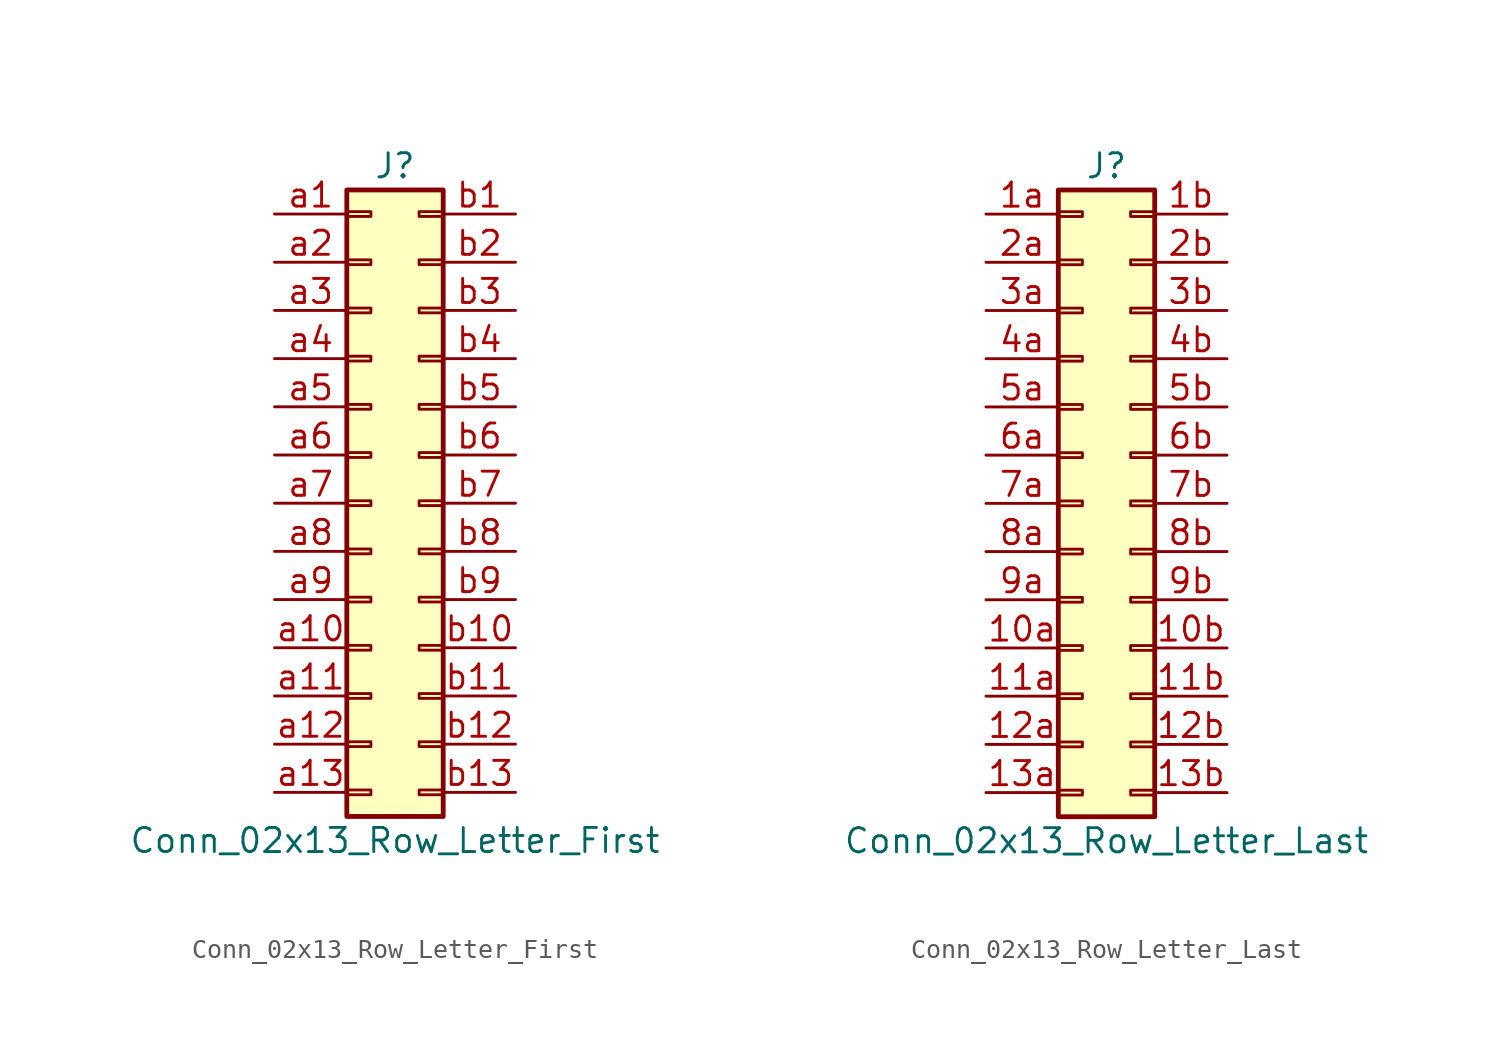
<source format=kicad_sym>
(kicad_symbol_lib
  (version 20220914)
  (generator kicad_symbol_editor)
  (symbol "Conn_02x13_Row_Letter_First"
    (pin_names
      (offset 1.016) hide)
    (property "Reference" "J"
      (at 1.27 17.78 0)
      (effects (font (size 1.27 1.27))))
    (property "Value" "Conn_02x13_Row_Letter_First"
      (at 1.27 -17.78 0)
      (effects (font (size 1.27 1.27))))
    (symbol "Conn_02x13_Row_Letter_First_1_1"
      (rectangle (start -1.27 -15.113) (end 0 -15.367) (stroke (width 0.152) (type solid)) (fill (type none)))
      (rectangle (start -1.27 -12.573) (end 0 -12.827) (stroke (width 0.152) (type solid)) (fill (type none)))
      (rectangle (start -1.27 -10.033) (end 0 -10.287) (stroke (width 0.152) (type solid)) (fill (type none)))
      (rectangle (start -1.27 -7.493) (end 0 -7.747) (stroke (width 0.152) (type solid)) (fill (type none)))
      (rectangle (start -1.27 -4.953) (end 0 -5.207) (stroke (width 0.152) (type solid)) (fill (type none)))
      (rectangle (start -1.27 -2.413) (end 0 -2.667) (stroke (width 0.152) (type solid)) (fill (type none)))
      (rectangle (start -1.27 0.127) (end 0 -0.127) (stroke (width 0.152) (type solid)) (fill (type none)))
      (rectangle (start -1.27 2.667) (end 0 2.413) (stroke (width 0.152) (type solid)) (fill (type none)))
      (rectangle (start -1.27 5.207) (end 0 4.953) (stroke (width 0.152) (type solid)) (fill (type none)))
      (rectangle (start -1.27 7.747) (end 0 7.493) (stroke (width 0.152) (type solid)) (fill (type none)))
      (rectangle (start -1.27 10.287) (end 0 10.033) (stroke (width 0.152) (type solid)) (fill (type none)))
      (rectangle (start -1.27 12.827) (end 0 12.573) (stroke (width 0.152) (type solid)) (fill (type none)))
      (rectangle (start -1.27 15.367) (end 0 15.113) (stroke (width 0.152) (type solid)) (fill (type none)))
      (rectangle (start -1.27 16.51) (end 3.81 -16.51) (stroke (width 0.254) (type solid)) (fill (type background)))
      (rectangle (start 3.81 -15.113) (end 2.54 -15.367) (stroke (width 0.152) (type solid)) (fill (type none)))
      (rectangle (start 3.81 -12.573) (end 2.54 -12.827) (stroke (width 0.152) (type solid)) (fill (type none)))
      (rectangle (start 3.81 -10.033) (end 2.54 -10.287) (stroke (width 0.152) (type solid)) (fill (type none)))
      (rectangle (start 3.81 -7.493) (end 2.54 -7.747) (stroke (width 0.152) (type solid)) (fill (type none)))
      (rectangle (start 3.81 -4.953) (end 2.54 -5.207) (stroke (width 0.152) (type solid)) (fill (type none)))
      (rectangle (start 3.81 -2.413) (end 2.54 -2.667) (stroke (width 0.152) (type solid)) (fill (type none)))
      (rectangle (start 3.81 0.127) (end 2.54 -0.127) (stroke (width 0.152) (type solid)) (fill (type none)))
      (rectangle (start 3.81 2.667) (end 2.54 2.413) (stroke (width 0.152) (type solid)) (fill (type none)))
      (rectangle (start 3.81 5.207) (end 2.54 4.953) (stroke (width 0.152) (type solid)) (fill (type none)))
      (rectangle (start 3.81 7.747) (end 2.54 7.493) (stroke (width 0.152) (type solid)) (fill (type none)))
      (rectangle (start 3.81 10.287) (end 2.54 10.033) (stroke (width 0.152) (type solid)) (fill (type none)))
      (rectangle (start 3.81 12.827) (end 2.54 12.573) (stroke (width 0.152) (type solid)) (fill (type none)))
      (rectangle (start 3.81 15.367) (end 2.54 15.113) (stroke (width 0.152) (type solid)) (fill (type none)))
      (pin passive line (at -5.08 15.24 0) (length 3.81) (name "Pin_a1" (effects (font (size 1.27 1.27)))) (number "a1" (effects (font (size 1.27 1.27)))))
      (pin passive line (at -5.08 -7.62 0) (length 3.81) (name "Pin_a10" (effects (font (size 1.27 1.27)))) (number "a10" (effects (font (size 1.27 1.27)))))
      (pin passive line (at -5.08 -10.16 0) (length 3.81) (name "Pin_a11" (effects (font (size 1.27 1.27)))) (number "a11" (effects (font (size 1.27 1.27)))))
      (pin passive line (at -5.08 -12.7 0) (length 3.81) (name "Pin_a12" (effects (font (size 1.27 1.27)))) (number "a12" (effects (font (size 1.27 1.27)))))
      (pin passive line (at -5.08 -15.24 0) (length 3.81) (name "Pin_a13" (effects (font (size 1.27 1.27)))) (number "a13" (effects (font (size 1.27 1.27)))))
      (pin passive line (at -5.08 12.7 0) (length 3.81) (name "Pin_a2" (effects (font (size 1.27 1.27)))) (number "a2" (effects (font (size 1.27 1.27)))))
      (pin passive line (at -5.08 10.16 0) (length 3.81) (name "Pin_a3" (effects (font (size 1.27 1.27)))) (number "a3" (effects (font (size 1.27 1.27)))))
      (pin passive line (at -5.08 7.62 0) (length 3.81) (name "Pin_a4" (effects (font (size 1.27 1.27)))) (number "a4" (effects (font (size 1.27 1.27)))))
      (pin passive line (at -5.08 5.08 0) (length 3.81) (name "Pin_a5" (effects (font (size 1.27 1.27)))) (number "a5" (effects (font (size 1.27 1.27)))))
      (pin passive line (at -5.08 2.54 0) (length 3.81) (name "Pin_a6" (effects (font (size 1.27 1.27)))) (number "a6" (effects (font (size 1.27 1.27)))))
      (pin passive line (at -5.08 0 0) (length 3.81) (name "Pin_a7" (effects (font (size 1.27 1.27)))) (number "a7" (effects (font (size 1.27 1.27)))))
      (pin passive line (at -5.08 -2.54 0) (length 3.81) (name "Pin_a8" (effects (font (size 1.27 1.27)))) (number "a8" (effects (font (size 1.27 1.27)))))
      (pin passive line (at -5.08 -5.08 0) (length 3.81) (name "Pin_a9" (effects (font (size 1.27 1.27)))) (number "a9" (effects (font (size 1.27 1.27)))))
      (pin passive line (at 7.62 15.24 180) (length 3.81) (name "Pin_b1" (effects (font (size 1.27 1.27)))) (number "b1" (effects (font (size 1.27 1.27)))))
      (pin passive line (at 7.62 -7.62 180) (length 3.81) (name "Pin_b10" (effects (font (size 1.27 1.27)))) (number "b10" (effects (font (size 1.27 1.27)))))
      (pin passive line (at 7.62 -10.16 180) (length 3.81) (name "Pin_b11" (effects (font (size 1.27 1.27)))) (number "b11" (effects (font (size 1.27 1.27)))))
      (pin passive line (at 7.62 -12.7 180) (length 3.81) (name "Pin_b12" (effects (font (size 1.27 1.27)))) (number "b12" (effects (font (size 1.27 1.27)))))
      (pin passive line (at 7.62 -15.24 180) (length 3.81) (name "Pin_b13" (effects (font (size 1.27 1.27)))) (number "b13" (effects (font (size 1.27 1.27)))))
      (pin passive line (at 7.62 12.7 180) (length 3.81) (name "Pin_b2" (effects (font (size 1.27 1.27)))) (number "b2" (effects (font (size 1.27 1.27)))))
      (pin passive line (at 7.62 10.16 180) (length 3.81) (name "Pin_b3" (effects (font (size 1.27 1.27)))) (number "b3" (effects (font (size 1.27 1.27)))))
      (pin passive line (at 7.62 7.62 180) (length 3.81) (name "Pin_b4" (effects (font (size 1.27 1.27)))) (number "b4" (effects (font (size 1.27 1.27)))))
      (pin passive line (at 7.62 5.08 180) (length 3.81) (name "Pin_b5" (effects (font (size 1.27 1.27)))) (number "b5" (effects (font (size 1.27 1.27)))))
      (pin passive line (at 7.62 2.54 180) (length 3.81) (name "Pin_b6" (effects (font (size 1.27 1.27)))) (number "b6" (effects (font (size 1.27 1.27)))))
      (pin passive line (at 7.62 0 180) (length 3.81) (name "Pin_b7" (effects (font (size 1.27 1.27)))) (number "b7" (effects (font (size 1.27 1.27)))))
      (pin passive line (at 7.62 -2.54 180) (length 3.81) (name "Pin_b8" (effects (font (size 1.27 1.27)))) (number "b8" (effects (font (size 1.27 1.27)))))
      (pin passive line (at 7.62 -5.08 180) (length 3.81) (name "Pin_b9" (effects (font (size 1.27 1.27)))) (number "b9" (effects (font (size 1.27 1.27)))))))
  (symbol "Conn_02x13_Row_Letter_Last"
    (pin_names
      (offset 1.016) hide)
    (property "Reference" "J"
      (at 1.27 17.78 0)
      (effects (font (size 1.27 1.27))))
    (property "Value" "Conn_02x13_Row_Letter_Last"
      (at 1.27 -17.78 0)
      (effects (font (size 1.27 1.27))))
    (symbol "Conn_02x13_Row_Letter_Last_1_1"
      (rectangle (start -1.27 -15.113) (end 0 -15.367) (stroke (width 0.152) (type solid)) (fill (type none)))
      (rectangle (start -1.27 -12.573) (end 0 -12.827) (stroke (width 0.152) (type solid)) (fill (type none)))
      (rectangle (start -1.27 -10.033) (end 0 -10.287) (stroke (width 0.152) (type solid)) (fill (type none)))
      (rectangle (start -1.27 -7.493) (end 0 -7.747) (stroke (width 0.152) (type solid)) (fill (type none)))
      (rectangle (start -1.27 -4.953) (end 0 -5.207) (stroke (width 0.152) (type solid)) (fill (type none)))
      (rectangle (start -1.27 -2.413) (end 0 -2.667) (stroke (width 0.152) (type solid)) (fill (type none)))
      (rectangle (start -1.27 0.127) (end 0 -0.127) (stroke (width 0.152) (type solid)) (fill (type none)))
      (rectangle (start -1.27 2.667) (end 0 2.413) (stroke (width 0.152) (type solid)) (fill (type none)))
      (rectangle (start -1.27 5.207) (end 0 4.953) (stroke (width 0.152) (type solid)) (fill (type none)))
      (rectangle (start -1.27 7.747) (end 0 7.493) (stroke (width 0.152) (type solid)) (fill (type none)))
      (rectangle (start -1.27 10.287) (end 0 10.033) (stroke (width 0.152) (type solid)) (fill (type none)))
      (rectangle (start -1.27 12.827) (end 0 12.573) (stroke (width 0.152) (type solid)) (fill (type none)))
      (rectangle (start -1.27 15.367) (end 0 15.113) (stroke (width 0.152) (type solid)) (fill (type none)))
      (rectangle (start -1.27 16.51) (end 3.81 -16.51) (stroke (width 0.254) (type solid)) (fill (type background)))
      (rectangle (start 3.81 -15.113) (end 2.54 -15.367) (stroke (width 0.152) (type solid)) (fill (type none)))
      (rectangle (start 3.81 -12.573) (end 2.54 -12.827) (stroke (width 0.152) (type solid)) (fill (type none)))
      (rectangle (start 3.81 -10.033) (end 2.54 -10.287) (stroke (width 0.152) (type solid)) (fill (type none)))
      (rectangle (start 3.81 -7.493) (end 2.54 -7.747) (stroke (width 0.152) (type solid)) (fill (type none)))
      (rectangle (start 3.81 -4.953) (end 2.54 -5.207) (stroke (width 0.152) (type solid)) (fill (type none)))
      (rectangle (start 3.81 -2.413) (end 2.54 -2.667) (stroke (width 0.152) (type solid)) (fill (type none)))
      (rectangle (start 3.81 0.127) (end 2.54 -0.127) (stroke (width 0.152) (type solid)) (fill (type none)))
      (rectangle (start 3.81 2.667) (end 2.54 2.413) (stroke (width 0.152) (type solid)) (fill (type none)))
      (rectangle (start 3.81 5.207) (end 2.54 4.953) (stroke (width 0.152) (type solid)) (fill (type none)))
      (rectangle (start 3.81 7.747) (end 2.54 7.493) (stroke (width 0.152) (type solid)) (fill (type none)))
      (rectangle (start 3.81 10.287) (end 2.54 10.033) (stroke (width 0.152) (type solid)) (fill (type none)))
      (rectangle (start 3.81 12.827) (end 2.54 12.573) (stroke (width 0.152) (type solid)) (fill (type none)))
      (rectangle (start 3.81 15.367) (end 2.54 15.113) (stroke (width 0.152) (type solid)) (fill (type none)))
      (pin passive line (at -5.08 -7.62 0) (length 3.81) (name "Pin_10a" (effects (font (size 1.27 1.27)))) (number "10a" (effects (font (size 1.27 1.27)))))
      (pin passive line (at 7.62 -7.62 180) (length 3.81) (name "Pin_10b" (effects (font (size 1.27 1.27)))) (number "10b" (effects (font (size 1.27 1.27)))))
      (pin passive line (at -5.08 -10.16 0) (length 3.81) (name "Pin_11a" (effects (font (size 1.27 1.27)))) (number "11a" (effects (font (size 1.27 1.27)))))
      (pin passive line (at 7.62 -10.16 180) (length 3.81) (name "Pin_11b" (effects (font (size 1.27 1.27)))) (number "11b" (effects (font (size 1.27 1.27)))))
      (pin passive line (at -5.08 -12.7 0) (length 3.81) (name "Pin_12a" (effects (font (size 1.27 1.27)))) (number "12a" (effects (font (size 1.27 1.27)))))
      (pin passive line (at 7.62 -12.7 180) (length 3.81) (name "Pin_12b" (effects (font (size 1.27 1.27)))) (number "12b" (effects (font (size 1.27 1.27)))))
      (pin passive line (at -5.08 -15.24 0) (length 3.81) (name "Pin_13a" (effects (font (size 1.27 1.27)))) (number "13a" (effects (font (size 1.27 1.27)))))
      (pin passive line (at 7.62 -15.24 180) (length 3.81) (name "Pin_13b" (effects (font (size 1.27 1.27)))) (number "13b" (effects (font (size 1.27 1.27)))))
      (pin passive line (at -5.08 15.24 0) (length 3.81) (name "Pin_1a" (effects (font (size 1.27 1.27)))) (number "1a" (effects (font (size 1.27 1.27)))))
      (pin passive line (at 7.62 15.24 180) (length 3.81) (name "Pin_1b" (effects (font (size 1.27 1.27)))) (number "1b" (effects (font (size 1.27 1.27)))))
      (pin passive line (at -5.08 12.7 0) (length 3.81) (name "Pin_2a" (effects (font (size 1.27 1.27)))) (number "2a" (effects (font (size 1.27 1.27)))))
      (pin passive line (at 7.62 12.7 180) (length 3.81) (name "Pin_2b" (effects (font (size 1.27 1.27)))) (number "2b" (effects (font (size 1.27 1.27)))))
      (pin passive line (at -5.08 10.16 0) (length 3.81) (name "Pin_3a" (effects (font (size 1.27 1.27)))) (number "3a" (effects (font (size 1.27 1.27)))))
      (pin passive line (at 7.62 10.16 180) (length 3.81) (name "Pin_3b" (effects (font (size 1.27 1.27)))) (number "3b" (effects (font (size 1.27 1.27)))))
      (pin passive line (at -5.08 7.62 0) (length 3.81) (name "Pin_4a" (effects (font (size 1.27 1.27)))) (number "4a" (effects (font (size 1.27 1.27)))))
      (pin passive line (at 7.62 7.62 180) (length 3.81) (name "Pin_4b" (effects (font (size 1.27 1.27)))) (number "4b" (effects (font (size 1.27 1.27)))))
      (pin passive line (at -5.08 5.08 0) (length 3.81) (name "Pin_5a" (effects (font (size 1.27 1.27)))) (number "5a" (effects (font (size 1.27 1.27)))))
      (pin passive line (at 7.62 5.08 180) (length 3.81) (name "Pin_5b" (effects (font (size 1.27 1.27)))) (number "5b" (effects (font (size 1.27 1.27)))))
      (pin passive line (at -5.08 2.54 0) (length 3.81) (name "Pin_6a" (effects (font (size 1.27 1.27)))) (number "6a" (effects (font (size 1.27 1.27)))))
      (pin passive line (at 7.62 2.54 180) (length 3.81) (name "Pin_6b" (effects (font (size 1.27 1.27)))) (number "6b" (effects (font (size 1.27 1.27)))))
      (pin passive line (at -5.08 0 0) (length 3.81) (name "Pin_7a" (effects (font (size 1.27 1.27)))) (number "7a" (effects (font (size 1.27 1.27)))))
      (pin passive line (at 7.62 0 180) (length 3.81) (name "Pin_7b" (effects (font (size 1.27 1.27)))) (number "7b" (effects (font (size 1.27 1.27)))))
      (pin passive line (at -5.08 -2.54 0) (length 3.81) (name "Pin_8a" (effects (font (size 1.27 1.27)))) (number "8a" (effects (font (size 1.27 1.27)))))
      (pin passive line (at 7.62 -2.54 180) (length 3.81) (name "Pin_8b" (effects (font (size 1.27 1.27)))) (number "8b" (effects (font (size 1.27 1.27)))))
      (pin passive line (at -5.08 -5.08 0) (length 3.81) (name "Pin_9a" (effects (font (size 1.27 1.27)))) (number "9a" (effects (font (size 1.27 1.27)))))
      (pin passive line (at 7.62 -5.08 180) (length 3.81) (name "Pin_9b" (effects (font (size 1.27 1.27)))) (number "9b" (effects (font (size 1.27 1.27))))))))
</source>
